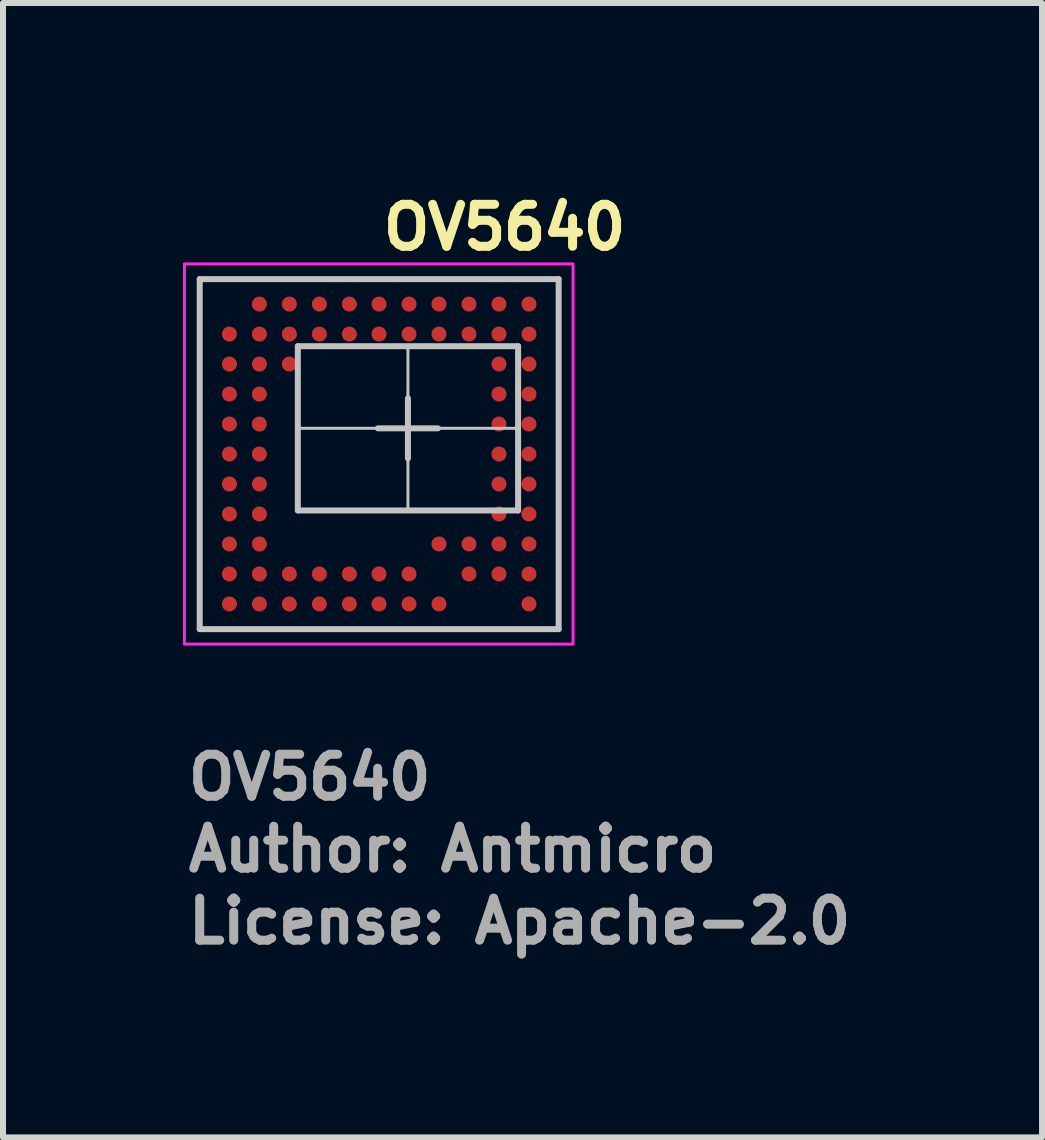
<source format=kicad_pcb>
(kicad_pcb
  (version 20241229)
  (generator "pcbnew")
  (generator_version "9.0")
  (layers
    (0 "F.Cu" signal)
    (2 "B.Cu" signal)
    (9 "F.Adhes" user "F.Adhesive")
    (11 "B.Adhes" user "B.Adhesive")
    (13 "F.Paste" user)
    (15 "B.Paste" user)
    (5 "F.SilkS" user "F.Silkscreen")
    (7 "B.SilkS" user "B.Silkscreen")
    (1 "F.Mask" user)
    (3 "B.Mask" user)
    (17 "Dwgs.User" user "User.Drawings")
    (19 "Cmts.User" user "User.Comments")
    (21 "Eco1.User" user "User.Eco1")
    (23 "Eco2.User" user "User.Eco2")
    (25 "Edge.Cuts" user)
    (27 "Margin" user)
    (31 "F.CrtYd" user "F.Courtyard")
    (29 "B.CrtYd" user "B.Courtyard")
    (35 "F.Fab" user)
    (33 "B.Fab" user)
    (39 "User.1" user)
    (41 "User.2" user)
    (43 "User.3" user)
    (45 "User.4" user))
  (footprint "OV5640"
    (layer "F.Cu")
    (at 3.265 4.52)
    (property "Reference" "OV5640" (at 0 -3.37 0) (unlocked yes) (layer "F.SilkS") (effects (font (size 0.7 0.7) (thickness 0.15)) (justify left bottom)))
    (attr smd)
    (fp_line (start -2.985 -2.916) (end 3 -2.916) (stroke (width 0.1) (type solid)) (layer "Dwgs.User"))
    (fp_line (start -2.985 2.92) (end -2.985 -2.916) (stroke (width 0.1) (type solid)) (layer "Dwgs.User"))
    (fp_line (start -2.985 2.92) (end 3 2.92) (stroke (width 0.1) (type solid)) (layer "Dwgs.User"))
    (fp_line (start -1.349 -1.797) (end 2.324 -1.797) (stroke (width 0.1) (type solid)) (layer "Dwgs.User"))
    (fp_line (start -1.349 -0.428) (end 2.324 -0.428) (stroke (width 0.05) (type solid)) (layer "Dwgs.User"))
    (fp_line (start -1.349 0.941) (end -1.349 -1.797) (stroke (width 0.1) (type solid)) (layer "Dwgs.User"))
    (fp_line (start -1.349 0.941) (end 2.324 0.941) (stroke (width 0.1) (type solid)) (layer "Dwgs.User"))
    (fp_line (start -0.013 -0.428) (end 0.987 -0.428) (stroke (width 0.1) (type solid)) (layer "Dwgs.User"))
    (fp_line (start 0.487 0.072) (end 0.487 -0.928) (stroke (width 0.1) (type solid)) (layer "Dwgs.User"))
    (fp_line (start 0.487 0.941) (end 0.487 -1.797) (stroke (width 0.05) (type solid)) (layer "Dwgs.User"))
    (fp_line (start 2.324 0.941) (end 2.324 -1.797) (stroke (width 0.1) (type solid)) (layer "Dwgs.User"))
    (fp_line (start 3 2.92) (end 3 -2.916) (stroke (width 0.1) (type solid)) (layer "Dwgs.User"))
    (fp_rect (start -3.24 -3.17) (end 3.24 3.17) (stroke (width 0.05) (type solid)) (fill no) (layer "F.CrtYd"))
    (fp_rect (start -2.993 -2.917) (end 2.992 2.917) (stroke (width 0.1) (type solid)) (fill no) (layer "User.5"))
    (fp_line (start -2.993 -2.917) (end -2.993 2.917) (stroke (width 0.02) (type solid)) (layer "User.9"))
    (fp_line (start -2.993 2.917) (end 2.992 2.917) (stroke (width 0.02) (type solid)) (layer "User.9"))
    (fp_line (start -2.843 -2.768) (end 2.842 -2.768) (stroke (width 0.02) (type solid)) (layer "User.9"))
    (fp_line (start -2.843 2.768) (end -2.843 -2.767) (stroke (width 0.02) (type solid)) (layer "User.9"))
    (fp_line (start -2.843 2.768) (end 2.842 2.768) (stroke (width 0.02) (type solid)) (layer "User.9"))
    (fp_line (start -1.357 -1.8) (end 2.317 -1.8) (stroke (width 0.02) (type solid)) (layer "User.9"))
    (fp_line (start -1.357 -1.8) (end 2.317 -1.8) (stroke (width 0.02) (type solid)) (layer "User.9"))
    (fp_line (start -1.357 0.94) (end -1.357 -1.8) (stroke (width 0.02) (type solid)) (layer "User.9"))
    (fp_line (start -1.357 0.94) (end -1.357 -1.8) (stroke (width 0.02) (type solid)) (layer "User.9"))
    (fp_line (start -1.357 0.94) (end 2.317 0.94) (stroke (width 0.02) (type solid)) (layer "User.9"))
    (fp_line (start -1.357 0.94) (end 2.317 0.94) (stroke (width 0.02) (type solid)) (layer "User.9"))
    (fp_line (start 2.317 0.94) (end 2.317 -1.8) (stroke (width 0.02) (type solid)) (layer "User.9"))
    (fp_line (start 2.317 0.94) (end 2.317 -1.8) (stroke (width 0.02) (type solid)) (layer "User.9"))
    (fp_line (start 2.842 -2.768) (end 2.992 -2.917) (stroke (width 0.02) (type solid)) (layer "User.9"))
    (fp_line (start 2.842 2.768) (end 2.842 -2.767) (stroke (width 0.02) (type solid)) (layer "User.9"))
    (fp_line (start 2.992 -2.917) (end -2.993 -2.917) (stroke (width 0.02) (type solid)) (layer "User.9"))
    (fp_line (start 2.992 2.917) (end 2.992 -2.917) (stroke (width 0.02) (type solid)) (layer "User.9"))
    (fp_text user "License: Apache-2.0" (at -3.25 8.2 0) (layer "F.Fab") (effects (font (size 0.7 0.7) (thickness 0.15)) (justify left bottom)))
    (fp_text user "${REFERENCE}" (at -3.25 5.8 0) (layer "F.Fab") (effects (font (size 0.7 0.7) (thickness 0.15)) (justify left bottom)))
    (fp_text user "Author: Antmicro" (at -3.25 7 0) (layer "F.Fab") (effects (font (size 0.7 0.7) (thickness 0.15)) (justify left bottom)))
    (pad "A2" smd circle (at -1.99 -2.5) (size 0.25 0.25) (layers "F.Cu" "F.Mask" "F.Paste"))
    (pad "A3" smd circle (at -1.49 -2.5) (size 0.25 0.25) (layers "F.Cu" "F.Mask" "F.Paste"))
    (pad "A4" smd circle (at -0.99 -2.5) (size 0.25 0.25) (layers "F.Cu" "F.Mask" "F.Paste"))
    (pad "A5" smd circle (at -0.49 -2.5) (size 0.25 0.25) (layers "F.Cu" "F.Mask" "F.Paste"))
    (pad "A6" smd circle (at 0.005 -2.5) (size 0.25 0.25) (layers "F.Cu" "F.Mask" "F.Paste"))
    (pad "A7" smd circle (at 0.505 -2.5) (size 0.25 0.25) (layers "F.Cu" "F.Mask" "F.Paste"))
    (pad "A8" smd circle (at 1.005 -2.5) (size 0.25 0.25) (layers "F.Cu" "F.Mask" "F.Paste"))
    (pad "A9" smd circle (at 1.505 -2.5) (size 0.25 0.25) (layers "F.Cu" "F.Mask" "F.Paste"))
    (pad "A10" smd circle (at 2.005 -2.5) (size 0.25 0.25) (layers "F.Cu" "F.Mask" "F.Paste"))
    (pad "A11" smd circle (at 2.505 -2.5) (size 0.25 0.25) (layers "F.Cu" "F.Mask" "F.Paste"))
    (pad "B1" smd circle (at -2.49 -2) (size 0.25 0.25) (layers "F.Cu" "F.Mask" "F.Paste"))
    (pad "B2" smd circle (at -1.99 -2) (size 0.25 0.25) (layers "F.Cu" "F.Mask" "F.Paste"))
    (pad "B3" smd circle (at -1.49 -2) (size 0.25 0.25) (layers "F.Cu" "F.Mask" "F.Paste"))
    (pad "B4" smd circle (at -0.99 -2) (size 0.25 0.25) (layers "F.Cu" "F.Mask" "F.Paste"))
    (pad "B5" smd circle (at -0.49 -2) (size 0.25 0.25) (layers "F.Cu" "F.Mask" "F.Paste"))
    (pad "B6" smd circle (at 0.005 -2) (size 0.25 0.25) (layers "F.Cu" "F.Mask" "F.Paste"))
    (pad "B7" smd circle (at 0.505 -2) (size 0.25 0.25) (layers "F.Cu" "F.Mask" "F.Paste"))
    (pad "B8" smd circle (at 1.005 -2) (size 0.25 0.25) (layers "F.Cu" "F.Mask" "F.Paste"))
    (pad "B9" smd circle (at 1.505 -2) (size 0.25 0.25) (layers "F.Cu" "F.Mask" "F.Paste"))
    (pad "B10" smd circle (at 2.005 -2) (size 0.25 0.25) (layers "F.Cu" "F.Mask" "F.Paste"))
    (pad "B11" smd circle (at 2.505 -2) (size 0.25 0.25) (layers "F.Cu" "F.Mask" "F.Paste"))
    (pad "C1" smd circle (at -2.49 -1.5) (size 0.25 0.25) (layers "F.Cu" "F.Mask" "F.Paste"))
    (pad "C2" smd circle (at -1.99 -1.5) (size 0.25 0.25) (layers "F.Cu" "F.Mask" "F.Paste"))
    (pad "C3" smd circle (at -1.49 -1.5) (size 0.25 0.25) (layers "F.Cu" "F.Mask" "F.Paste"))
    (pad "C10" smd circle (at 2.005 -1.5) (size 0.25 0.25) (layers "F.Cu" "F.Mask" "F.Paste"))
    (pad "C11" smd circle (at 2.505 -1.5) (size 0.25 0.25) (layers "F.Cu" "F.Mask" "F.Paste"))
    (pad "D1" smd circle (at -2.49 -1) (size 0.25 0.25) (layers "F.Cu" "F.Mask" "F.Paste"))
    (pad "D2" smd circle (at -1.99 -1) (size 0.25 0.25) (layers "F.Cu" "F.Mask" "F.Paste"))
    (pad "D10" smd circle (at 2.005 -1) (size 0.25 0.25) (layers "F.Cu" "F.Mask" "F.Paste"))
    (pad "D11" smd circle (at 2.505 -1) (size 0.25 0.25) (layers "F.Cu" "F.Mask" "F.Paste"))
    (pad "E1" smd circle (at -2.49 -0.5) (size 0.25 0.25) (layers "F.Cu" "F.Mask" "F.Paste"))
    (pad "E2" smd circle (at -1.99 -0.5) (size 0.25 0.25) (layers "F.Cu" "F.Mask" "F.Paste"))
    (pad "E10" smd circle (at 2.005 -0.5) (size 0.25 0.25) (layers "F.Cu" "F.Mask" "F.Paste"))
    (pad "E11" smd circle (at 2.505 -0.5) (size 0.25 0.25) (layers "F.Cu" "F.Mask" "F.Paste"))
    (pad "F1" smd circle (at -2.49 0) (size 0.25 0.25) (layers "F.Cu" "F.Mask" "F.Paste"))
    (pad "F2" smd circle (at -1.99 0) (size 0.25 0.25) (layers "F.Cu" "F.Mask" "F.Paste"))
    (pad "F10" smd circle (at 2.005 0) (size 0.25 0.25) (layers "F.Cu" "F.Mask" "F.Paste"))
    (pad "F11" smd circle (at 2.505 0) (size 0.25 0.25) (layers "F.Cu" "F.Mask" "F.Paste"))
    (pad "G1" smd circle (at -2.49 0.5) (size 0.25 0.25) (layers "F.Cu" "F.Mask" "F.Paste"))
    (pad "G2" smd circle (at -1.99 0.5) (size 0.25 0.25) (layers "F.Cu" "F.Mask" "F.Paste"))
    (pad "G10" smd circle (at 2.005 0.5) (size 0.25 0.25) (layers "F.Cu" "F.Mask" "F.Paste"))
    (pad "G11" smd circle (at 2.505 0.5) (size 0.25 0.25) (layers "F.Cu" "F.Mask" "F.Paste"))
    (pad "H1" smd circle (at -2.49 1) (size 0.25 0.25) (layers "F.Cu" "F.Mask" "F.Paste"))
    (pad "H2" smd circle (at -1.99 1) (size 0.25 0.25) (layers "F.Cu" "F.Mask" "F.Paste"))
    (pad "H10" smd circle (at 2.005 1) (size 0.25 0.25) (layers "F.Cu" "F.Mask" "F.Paste"))
    (pad "H11" smd circle (at 2.505 1) (size 0.25 0.25) (layers "F.Cu" "F.Mask" "F.Paste"))
    (pad "I1" smd circle (at -2.49 1.5) (size 0.25 0.25) (layers "F.Cu" "F.Mask" "F.Paste"))
    (pad "I2" smd circle (at -1.99 1.5) (size 0.25 0.25) (layers "F.Cu" "F.Mask" "F.Paste"))
    (pad "I8" smd circle (at 1.005 1.5) (size 0.25 0.25) (layers "F.Cu" "F.Mask" "F.Paste"))
    (pad "I9" smd circle (at 1.505 1.5) (size 0.25 0.25) (layers "F.Cu" "F.Mask" "F.Paste"))
    (pad "I10" smd circle (at 2.005 1.5) (size 0.25 0.25) (layers "F.Cu" "F.Mask" "F.Paste"))
    (pad "I11" smd circle (at 2.505 1.5) (size 0.25 0.25) (layers "F.Cu" "F.Mask" "F.Paste"))
    (pad "J1" smd circle (at -2.49 2) (size 0.25 0.25) (layers "F.Cu" "F.Mask" "F.Paste"))
    (pad "J2" smd circle (at -1.99 2) (size 0.25 0.25) (layers "F.Cu" "F.Mask" "F.Paste"))
    (pad "J3" smd circle (at -1.49 2) (size 0.25 0.25) (layers "F.Cu" "F.Mask" "F.Paste"))
    (pad "J4" smd circle (at -0.99 2) (size 0.25 0.25) (layers "F.Cu" "F.Mask" "F.Paste"))
    (pad "J5" smd circle (at -0.49 2) (size 0.25 0.25) (layers "F.Cu" "F.Mask" "F.Paste"))
    (pad "J6" smd circle (at 0.005 2) (size 0.25 0.25) (layers "F.Cu" "F.Mask" "F.Paste"))
    (pad "J7" smd circle (at 0.505 2) (size 0.25 0.25) (layers "F.Cu" "F.Mask" "F.Paste"))
    (pad "J9" smd circle (at 1.505 2) (size 0.25 0.25) (layers "F.Cu" "F.Mask" "F.Paste"))
    (pad "J10" smd circle (at 2.005 2) (size 0.25 0.25) (layers "F.Cu" "F.Mask" "F.Paste"))
    (pad "J11" smd circle (at 2.505 2) (size 0.25 0.25) (layers "F.Cu" "F.Mask" "F.Paste"))
    (pad "K1" smd circle (at -2.49 2.5) (size 0.25 0.25) (layers "F.Cu" "F.Mask" "F.Paste"))
    (pad "K2" smd circle (at -1.99 2.5) (size 0.25 0.25) (layers "F.Cu" "F.Mask" "F.Paste"))
    (pad "K3" smd circle (at -1.49 2.5) (size 0.25 0.25) (layers "F.Cu" "F.Mask" "F.Paste"))
    (pad "K4" smd circle (at -0.99 2.5) (size 0.25 0.25) (layers "F.Cu" "F.Mask" "F.Paste"))
    (pad "K5" smd circle (at -0.49 2.5) (size 0.25 0.25) (layers "F.Cu" "F.Mask" "F.Paste"))
    (pad "K6" smd circle (at 0.005 2.5) (size 0.25 0.25) (layers "F.Cu" "F.Mask" "F.Paste"))
    (pad "K7" smd circle (at 0.505 2.5) (size 0.25 0.25) (layers "F.Cu" "F.Mask" "F.Paste"))
    (pad "K8" smd circle (at 1.005 2.5) (size 0.25 0.25) (layers "F.Cu" "F.Mask" "F.Paste"))
    (pad "K11" smd circle (at 2.505 2.5) (size 0.25 0.25) (layers "F.Cu" "F.Mask" "F.Paste")))
  (gr_rect
    (start -3 -3)
    (end 14.325 15.915)
    (stroke (width 0.1) (type default))
    (fill no)
    (layer "Edge.Cuts")))
</source>
